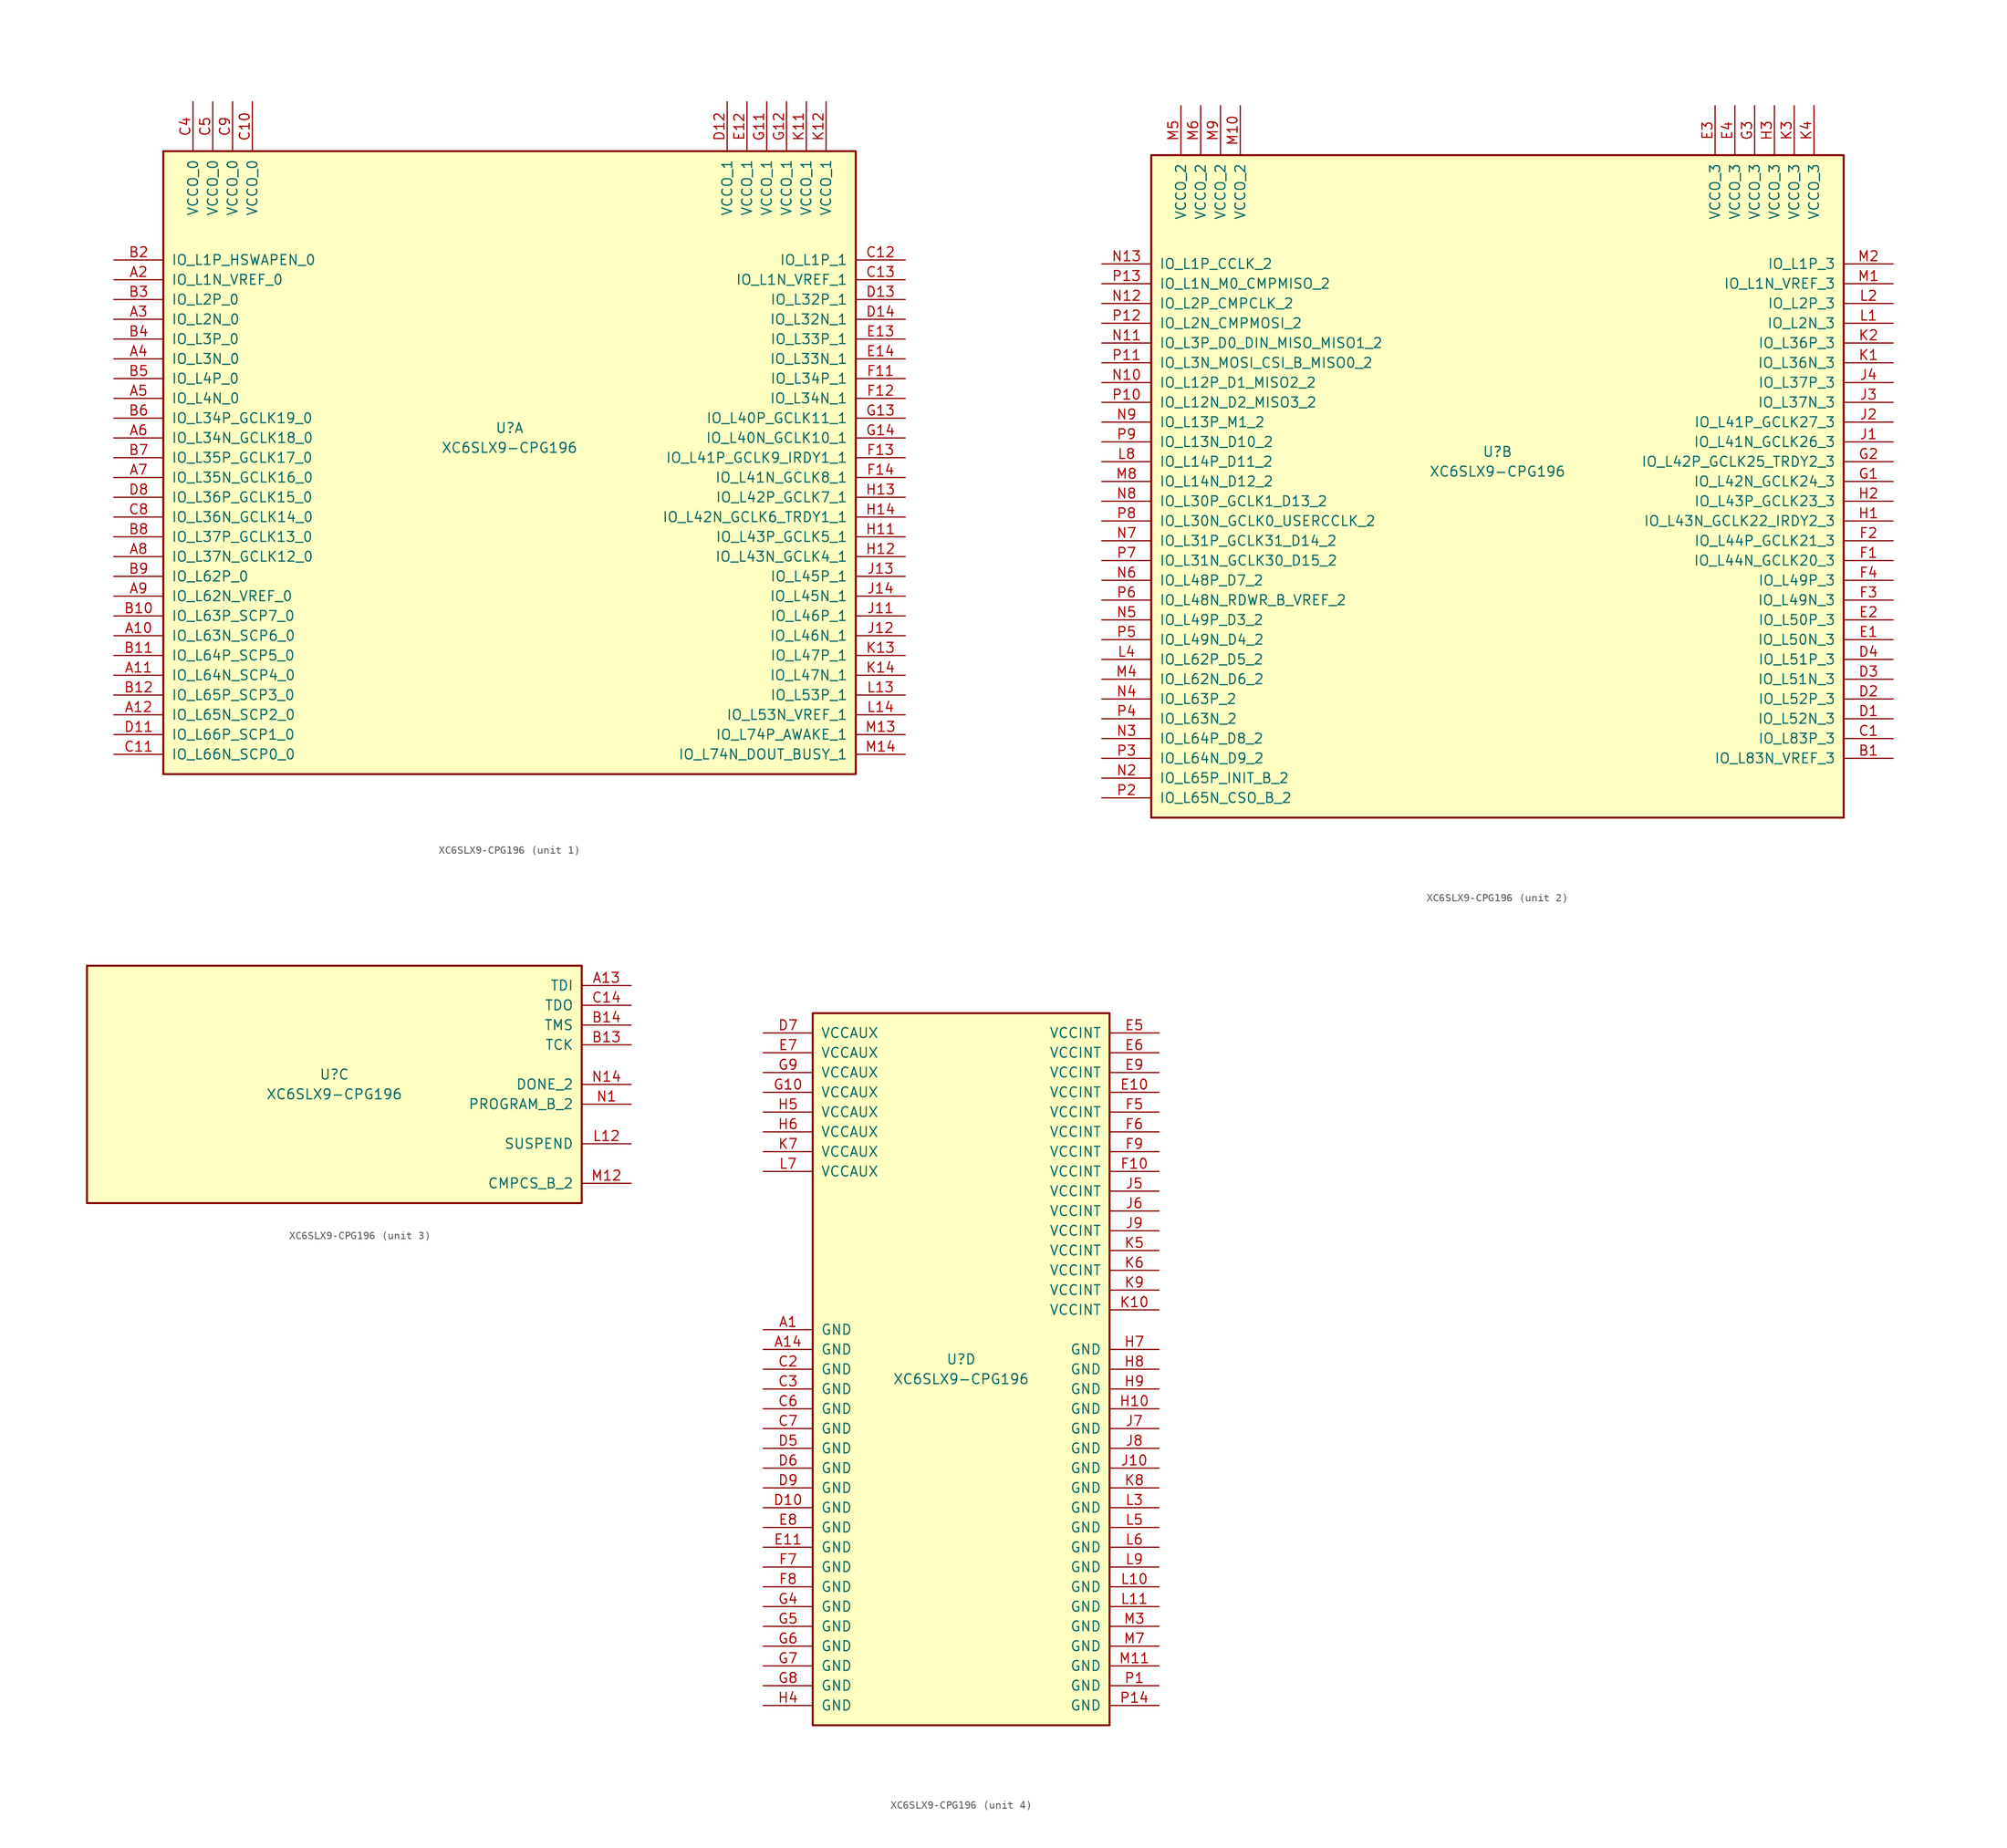
<source format=kicad_sym>
(kicad_symbol_lib
  (version 20201005)
  (generator kicad_symbol_editor)
  (symbol "XC6SLX9-CPG196"
    (pin_names
      (offset 1.016))
    (property "Reference" "U"
      (at 0 1.27 0)
      (effects (font (size 1.27 1.27))))
    (property "Value" "XC6SLX9-CPG196"
      (at 0 -1.27 0)
      (effects (font (size 1.27 1.27))))
    (property "Datasheet" ""
      (at 0 0 0)
      (effects (font (size 1.27 1.27))))
    (property "ki_locked" ""
      (at 0 0 0)
      (effects (font (size 1.27 1.27))))
    (symbol "XC6SLX9-CPG196_1_1"
      (rectangle (start -44.45 36.83) (end 44.45 -43.18) (stroke (width 0.254)) (fill (type background)))
      (pin power_in line (at -40.64 43.18 270) (length 6.35) (name "VCCO_0" (effects (font (size 1.27 1.27)))) (number "C4" (effects (font (size 1.27 1.27)))))
      (pin power_in line (at -38.1 43.18 270) (length 6.35) (name "VCCO_0" (effects (font (size 1.27 1.27)))) (number "C5" (effects (font (size 1.27 1.27)))))
      (pin power_in line (at -35.56 43.18 270) (length 6.35) (name "VCCO_0" (effects (font (size 1.27 1.27)))) (number "C9" (effects (font (size 1.27 1.27)))))
      (pin power_in line (at -33.02 43.18 270) (length 6.35) (name "VCCO_0" (effects (font (size 1.27 1.27)))) (number "C10" (effects (font (size 1.27 1.27)))))
      (pin bidirectional line (at -50.8 22.86 0) (length 6.35) (name "IO_L1P_HSWAPEN_0" (effects (font (size 1.27 1.27)))) (number "B2" (effects (font (size 1.27 1.27)))))
      (pin bidirectional line (at -50.8 20.32 0) (length 6.35) (name "IO_L1N_VREF_0" (effects (font (size 1.27 1.27)))) (number "A2" (effects (font (size 1.27 1.27)))))
      (pin bidirectional line (at -50.8 17.78 0) (length 6.35) (name "IO_L2P_0" (effects (font (size 1.27 1.27)))) (number "B3" (effects (font (size 1.27 1.27)))))
      (pin bidirectional line (at -50.8 15.24 0) (length 6.35) (name "IO_L2N_0" (effects (font (size 1.27 1.27)))) (number "A3" (effects (font (size 1.27 1.27)))))
      (pin bidirectional line (at -50.8 12.7 0) (length 6.35) (name "IO_L3P_0" (effects (font (size 1.27 1.27)))) (number "B4" (effects (font (size 1.27 1.27)))))
      (pin bidirectional line (at -50.8 10.16 0) (length 6.35) (name "IO_L3N_0" (effects (font (size 1.27 1.27)))) (number "A4" (effects (font (size 1.27 1.27)))))
      (pin bidirectional line (at -50.8 7.62 0) (length 6.35) (name "IO_L4P_0" (effects (font (size 1.27 1.27)))) (number "B5" (effects (font (size 1.27 1.27)))))
      (pin bidirectional line (at -50.8 5.08 0) (length 6.35) (name "IO_L4N_0" (effects (font (size 1.27 1.27)))) (number "A5" (effects (font (size 1.27 1.27)))))
      (pin bidirectional line (at -50.8 2.54 0) (length 6.35) (name "IO_L34P_GCLK19_0" (effects (font (size 1.27 1.27)))) (number "B6" (effects (font (size 1.27 1.27)))))
      (pin bidirectional line (at -50.8 0 0) (length 6.35) (name "IO_L34N_GCLK18_0" (effects (font (size 1.27 1.27)))) (number "A6" (effects (font (size 1.27 1.27)))))
      (pin bidirectional line (at -50.8 -2.54 0) (length 6.35) (name "IO_L35P_GCLK17_0" (effects (font (size 1.27 1.27)))) (number "B7" (effects (font (size 1.27 1.27)))))
      (pin bidirectional line (at -50.8 -5.08 0) (length 6.35) (name "IO_L35N_GCLK16_0" (effects (font (size 1.27 1.27)))) (number "A7" (effects (font (size 1.27 1.27)))))
      (pin bidirectional line (at -50.8 -7.62 0) (length 6.35) (name "IO_L36P_GCLK15_0" (effects (font (size 1.27 1.27)))) (number "D8" (effects (font (size 1.27 1.27)))))
      (pin bidirectional line (at -50.8 -10.16 0) (length 6.35) (name "IO_L36N_GCLK14_0" (effects (font (size 1.27 1.27)))) (number "C8" (effects (font (size 1.27 1.27)))))
      (pin bidirectional line (at -50.8 -12.7 0) (length 6.35) (name "IO_L37P_GCLK13_0" (effects (font (size 1.27 1.27)))) (number "B8" (effects (font (size 1.27 1.27)))))
      (pin bidirectional line (at -50.8 -15.24 0) (length 6.35) (name "IO_L37N_GCLK12_0" (effects (font (size 1.27 1.27)))) (number "A8" (effects (font (size 1.27 1.27)))))
      (pin bidirectional line (at -50.8 -17.78 0) (length 6.35) (name "IO_L62P_0" (effects (font (size 1.27 1.27)))) (number "B9" (effects (font (size 1.27 1.27)))))
      (pin bidirectional line (at -50.8 -20.32 0) (length 6.35) (name "IO_L62N_VREF_0" (effects (font (size 1.27 1.27)))) (number "A9" (effects (font (size 1.27 1.27)))))
      (pin bidirectional line (at -50.8 -22.86 0) (length 6.35) (name "IO_L63P_SCP7_0" (effects (font (size 1.27 1.27)))) (number "B10" (effects (font (size 1.27 1.27)))))
      (pin bidirectional line (at -50.8 -25.4 0) (length 6.35) (name "IO_L63N_SCP6_0" (effects (font (size 1.27 1.27)))) (number "A10" (effects (font (size 1.27 1.27)))))
      (pin bidirectional line (at -50.8 -27.94 0) (length 6.35) (name "IO_L64P_SCP5_0" (effects (font (size 1.27 1.27)))) (number "B11" (effects (font (size 1.27 1.27)))))
      (pin bidirectional line (at -50.8 -30.48 0) (length 6.35) (name "IO_L64N_SCP4_0" (effects (font (size 1.27 1.27)))) (number "A11" (effects (font (size 1.27 1.27)))))
      (pin bidirectional line (at -50.8 -33.02 0) (length 6.35) (name "IO_L65P_SCP3_0" (effects (font (size 1.27 1.27)))) (number "B12" (effects (font (size 1.27 1.27)))))
      (pin bidirectional line (at -50.8 -35.56 0) (length 6.35) (name "IO_L65N_SCP2_0" (effects (font (size 1.27 1.27)))) (number "A12" (effects (font (size 1.27 1.27)))))
      (pin bidirectional line (at -50.8 -38.1 0) (length 6.35) (name "IO_L66P_SCP1_0" (effects (font (size 1.27 1.27)))) (number "D11" (effects (font (size 1.27 1.27)))))
      (pin bidirectional line (at -50.8 -40.64 0) (length 6.35) (name "IO_L66N_SCP0_0" (effects (font (size 1.27 1.27)))) (number "C11" (effects (font (size 1.27 1.27)))))
      (pin power_in line (at 27.94 43.18 270) (length 6.35) (name "VCCO_1" (effects (font (size 1.27 1.27)))) (number "D12" (effects (font (size 1.27 1.27)))))
      (pin power_in line (at 30.48 43.18 270) (length 6.35) (name "VCCO_1" (effects (font (size 1.27 1.27)))) (number "E12" (effects (font (size 1.27 1.27)))))
      (pin power_in line (at 33.02 43.18 270) (length 6.35) (name "VCCO_1" (effects (font (size 1.27 1.27)))) (number "G11" (effects (font (size 1.27 1.27)))))
      (pin power_in line (at 35.56 43.18 270) (length 6.35) (name "VCCO_1" (effects (font (size 1.27 1.27)))) (number "G12" (effects (font (size 1.27 1.27)))))
      (pin power_in line (at 38.1 43.18 270) (length 6.35) (name "VCCO_1" (effects (font (size 1.27 1.27)))) (number "K11" (effects (font (size 1.27 1.27)))))
      (pin power_in line (at 40.64 43.18 270) (length 6.35) (name "VCCO_1" (effects (font (size 1.27 1.27)))) (number "K12" (effects (font (size 1.27 1.27)))))
      (pin bidirectional line (at 50.8 22.86 180) (length 6.35) (name "IO_L1P_1" (effects (font (size 1.27 1.27)))) (number "C12" (effects (font (size 1.27 1.27)))))
      (pin bidirectional line (at 50.8 20.32 180) (length 6.35) (name "IO_L1N_VREF_1" (effects (font (size 1.27 1.27)))) (number "C13" (effects (font (size 1.27 1.27)))))
      (pin bidirectional line (at 50.8 17.78 180) (length 6.35) (name "IO_L32P_1" (effects (font (size 1.27 1.27)))) (number "D13" (effects (font (size 1.27 1.27)))))
      (pin bidirectional line (at 50.8 15.24 180) (length 6.35) (name "IO_L32N_1" (effects (font (size 1.27 1.27)))) (number "D14" (effects (font (size 1.27 1.27)))))
      (pin bidirectional line (at 50.8 12.7 180) (length 6.35) (name "IO_L33P_1" (effects (font (size 1.27 1.27)))) (number "E13" (effects (font (size 1.27 1.27)))))
      (pin bidirectional line (at 50.8 10.16 180) (length 6.35) (name "IO_L33N_1" (effects (font (size 1.27 1.27)))) (number "E14" (effects (font (size 1.27 1.27)))))
      (pin bidirectional line (at 50.8 7.62 180) (length 6.35) (name "IO_L34P_1" (effects (font (size 1.27 1.27)))) (number "F11" (effects (font (size 1.27 1.27)))))
      (pin bidirectional line (at 50.8 5.08 180) (length 6.35) (name "IO_L34N_1" (effects (font (size 1.27 1.27)))) (number "F12" (effects (font (size 1.27 1.27)))))
      (pin bidirectional line (at 50.8 2.54 180) (length 6.35) (name "IO_L40P_GCLK11_1" (effects (font (size 1.27 1.27)))) (number "G13" (effects (font (size 1.27 1.27)))))
      (pin bidirectional line (at 50.8 0 180) (length 6.35) (name "IO_L40N_GCLK10_1" (effects (font (size 1.27 1.27)))) (number "G14" (effects (font (size 1.27 1.27)))))
      (pin bidirectional line (at 50.8 -2.54 180) (length 6.35) (name "IO_L41P_GCLK9_IRDY1_1" (effects (font (size 1.27 1.27)))) (number "F13" (effects (font (size 1.27 1.27)))))
      (pin bidirectional line (at 50.8 -5.08 180) (length 6.35) (name "IO_L41N_GCLK8_1" (effects (font (size 1.27 1.27)))) (number "F14" (effects (font (size 1.27 1.27)))))
      (pin bidirectional line (at 50.8 -7.62 180) (length 6.35) (name "IO_L42P_GCLK7_1" (effects (font (size 1.27 1.27)))) (number "H13" (effects (font (size 1.27 1.27)))))
      (pin bidirectional line (at 50.8 -10.16 180) (length 6.35) (name "IO_L42N_GCLK6_TRDY1_1" (effects (font (size 1.27 1.27)))) (number "H14" (effects (font (size 1.27 1.27)))))
      (pin bidirectional line (at 50.8 -12.7 180) (length 6.35) (name "IO_L43P_GCLK5_1" (effects (font (size 1.27 1.27)))) (number "H11" (effects (font (size 1.27 1.27)))))
      (pin bidirectional line (at 50.8 -15.24 180) (length 6.35) (name "IO_L43N_GCLK4_1" (effects (font (size 1.27 1.27)))) (number "H12" (effects (font (size 1.27 1.27)))))
      (pin bidirectional line (at 50.8 -17.78 180) (length 6.35) (name "IO_L45P_1" (effects (font (size 1.27 1.27)))) (number "J13" (effects (font (size 1.27 1.27)))))
      (pin bidirectional line (at 50.8 -20.32 180) (length 6.35) (name "IO_L45N_1" (effects (font (size 1.27 1.27)))) (number "J14" (effects (font (size 1.27 1.27)))))
      (pin bidirectional line (at 50.8 -22.86 180) (length 6.35) (name "IO_L46P_1" (effects (font (size 1.27 1.27)))) (number "J11" (effects (font (size 1.27 1.27)))))
      (pin bidirectional line (at 50.8 -25.4 180) (length 6.35) (name "IO_L46N_1" (effects (font (size 1.27 1.27)))) (number "J12" (effects (font (size 1.27 1.27)))))
      (pin bidirectional line (at 50.8 -27.94 180) (length 6.35) (name "IO_L47P_1" (effects (font (size 1.27 1.27)))) (number "K13" (effects (font (size 1.27 1.27)))))
      (pin bidirectional line (at 50.8 -30.48 180) (length 6.35) (name "IO_L47N_1" (effects (font (size 1.27 1.27)))) (number "K14" (effects (font (size 1.27 1.27)))))
      (pin bidirectional line (at 50.8 -33.02 180) (length 6.35) (name "IO_L53P_1" (effects (font (size 1.27 1.27)))) (number "L13" (effects (font (size 1.27 1.27)))))
      (pin bidirectional line (at 50.8 -35.56 180) (length 6.35) (name "IO_L53N_VREF_1" (effects (font (size 1.27 1.27)))) (number "L14" (effects (font (size 1.27 1.27)))))
      (pin bidirectional line (at 50.8 -38.1 180) (length 6.35) (name "IO_L74P_AWAKE_1" (effects (font (size 1.27 1.27)))) (number "M13" (effects (font (size 1.27 1.27)))))
      (pin bidirectional line (at 50.8 -40.64 180) (length 6.35) (name "IO_L74N_DOUT_BUSY_1" (effects (font (size 1.27 1.27)))) (number "M14" (effects (font (size 1.27 1.27))))))
    (symbol "XC6SLX9-CPG196_2_1"
      (rectangle (start -44.45 39.37) (end 44.45 -45.72) (stroke (width 0.254)) (fill (type background)))
      (pin power_in line (at -40.64 45.72 270) (length 6.35) (name "VCCO_2" (effects (font (size 1.27 1.27)))) (number "M5" (effects (font (size 1.27 1.27)))))
      (pin power_in line (at -38.1 45.72 270) (length 6.35) (name "VCCO_2" (effects (font (size 1.27 1.27)))) (number "M6" (effects (font (size 1.27 1.27)))))
      (pin power_in line (at -35.56 45.72 270) (length 6.35) (name "VCCO_2" (effects (font (size 1.27 1.27)))) (number "M9" (effects (font (size 1.27 1.27)))))
      (pin power_in line (at -33.02 45.72 270) (length 6.35) (name "VCCO_2" (effects (font (size 1.27 1.27)))) (number "M10" (effects (font (size 1.27 1.27)))))
      (pin bidirectional line (at -50.8 25.4 0) (length 6.35) (name "IO_L1P_CCLK_2" (effects (font (size 1.27 1.27)))) (number "N13" (effects (font (size 1.27 1.27)))))
      (pin bidirectional line (at -50.8 22.86 0) (length 6.35) (name "IO_L1N_M0_CMPMISO_2" (effects (font (size 1.27 1.27)))) (number "P13" (effects (font (size 1.27 1.27)))))
      (pin bidirectional line (at -50.8 20.32 0) (length 6.35) (name "IO_L2P_CMPCLK_2" (effects (font (size 1.27 1.27)))) (number "N12" (effects (font (size 1.27 1.27)))))
      (pin bidirectional line (at -50.8 17.78 0) (length 6.35) (name "IO_L2N_CMPMOSI_2" (effects (font (size 1.27 1.27)))) (number "P12" (effects (font (size 1.27 1.27)))))
      (pin bidirectional line (at -50.8 15.24 0) (length 6.35) (name "IO_L3P_D0_DIN_MISO_MISO1_2" (effects (font (size 1.27 1.27)))) (number "N11" (effects (font (size 1.27 1.27)))))
      (pin bidirectional line (at -50.8 12.7 0) (length 6.35) (name "IO_L3N_MOSI_CSI_B_MISO0_2" (effects (font (size 1.27 1.27)))) (number "P11" (effects (font (size 1.27 1.27)))))
      (pin bidirectional line (at -50.8 10.16 0) (length 6.35) (name "IO_L12P_D1_MISO2_2" (effects (font (size 1.27 1.27)))) (number "N10" (effects (font (size 1.27 1.27)))))
      (pin bidirectional line (at -50.8 7.62 0) (length 6.35) (name "IO_L12N_D2_MISO3_2" (effects (font (size 1.27 1.27)))) (number "P10" (effects (font (size 1.27 1.27)))))
      (pin bidirectional line (at -50.8 5.08 0) (length 6.35) (name "IO_L13P_M1_2" (effects (font (size 1.27 1.27)))) (number "N9" (effects (font (size 1.27 1.27)))))
      (pin bidirectional line (at -50.8 2.54 0) (length 6.35) (name "IO_L13N_D10_2" (effects (font (size 1.27 1.27)))) (number "P9" (effects (font (size 1.27 1.27)))))
      (pin bidirectional line (at -50.8 0 0) (length 6.35) (name "IO_L14P_D11_2" (effects (font (size 1.27 1.27)))) (number "L8" (effects (font (size 1.27 1.27)))))
      (pin bidirectional line (at -50.8 -2.54 0) (length 6.35) (name "IO_L14N_D12_2" (effects (font (size 1.27 1.27)))) (number "M8" (effects (font (size 1.27 1.27)))))
      (pin bidirectional line (at -50.8 -5.08 0) (length 6.35) (name "IO_L30P_GCLK1_D13_2" (effects (font (size 1.27 1.27)))) (number "N8" (effects (font (size 1.27 1.27)))))
      (pin bidirectional line (at -50.8 -7.62 0) (length 6.35) (name "IO_L30N_GCLK0_USERCCLK_2" (effects (font (size 1.27 1.27)))) (number "P8" (effects (font (size 1.27 1.27)))))
      (pin bidirectional line (at -50.8 -10.16 0) (length 6.35) (name "IO_L31P_GCLK31_D14_2" (effects (font (size 1.27 1.27)))) (number "N7" (effects (font (size 1.27 1.27)))))
      (pin bidirectional line (at -50.8 -12.7 0) (length 6.35) (name "IO_L31N_GCLK30_D15_2" (effects (font (size 1.27 1.27)))) (number "P7" (effects (font (size 1.27 1.27)))))
      (pin bidirectional line (at -50.8 -15.24 0) (length 6.35) (name "IO_L48P_D7_2" (effects (font (size 1.27 1.27)))) (number "N6" (effects (font (size 1.27 1.27)))))
      (pin bidirectional line (at -50.8 -17.78 0) (length 6.35) (name "IO_L48N_RDWR_B_VREF_2" (effects (font (size 1.27 1.27)))) (number "P6" (effects (font (size 1.27 1.27)))))
      (pin bidirectional line (at -50.8 -20.32 0) (length 6.35) (name "IO_L49P_D3_2" (effects (font (size 1.27 1.27)))) (number "N5" (effects (font (size 1.27 1.27)))))
      (pin bidirectional line (at -50.8 -22.86 0) (length 6.35) (name "IO_L49N_D4_2" (effects (font (size 1.27 1.27)))) (number "P5" (effects (font (size 1.27 1.27)))))
      (pin bidirectional line (at -50.8 -25.4 0) (length 6.35) (name "IO_L62P_D5_2" (effects (font (size 1.27 1.27)))) (number "L4" (effects (font (size 1.27 1.27)))))
      (pin bidirectional line (at -50.8 -27.94 0) (length 6.35) (name "IO_L62N_D6_2" (effects (font (size 1.27 1.27)))) (number "M4" (effects (font (size 1.27 1.27)))))
      (pin bidirectional line (at -50.8 -30.48 0) (length 6.35) (name "IO_L63P_2" (effects (font (size 1.27 1.27)))) (number "N4" (effects (font (size 1.27 1.27)))))
      (pin bidirectional line (at -50.8 -33.02 0) (length 6.35) (name "IO_L63N_2" (effects (font (size 1.27 1.27)))) (number "P4" (effects (font (size 1.27 1.27)))))
      (pin bidirectional line (at -50.8 -35.56 0) (length 6.35) (name "IO_L64P_D8_2" (effects (font (size 1.27 1.27)))) (number "N3" (effects (font (size 1.27 1.27)))))
      (pin bidirectional line (at -50.8 -38.1 0) (length 6.35) (name "IO_L64N_D9_2" (effects (font (size 1.27 1.27)))) (number "P3" (effects (font (size 1.27 1.27)))))
      (pin bidirectional line (at -50.8 -40.64 0) (length 6.35) (name "IO_L65P_INIT_B_2" (effects (font (size 1.27 1.27)))) (number "N2" (effects (font (size 1.27 1.27)))))
      (pin bidirectional line (at -50.8 -43.18 0) (length 6.35) (name "IO_L65N_CSO_B_2" (effects (font (size 1.27 1.27)))) (number "P2" (effects (font (size 1.27 1.27)))))
      (pin power_in line (at 27.94 45.72 270) (length 6.35) (name "VCCO_3" (effects (font (size 1.27 1.27)))) (number "E3" (effects (font (size 1.27 1.27)))))
      (pin power_in line (at 30.48 45.72 270) (length 6.35) (name "VCCO_3" (effects (font (size 1.27 1.27)))) (number "E4" (effects (font (size 1.27 1.27)))))
      (pin power_in line (at 33.02 45.72 270) (length 6.35) (name "VCCO_3" (effects (font (size 1.27 1.27)))) (number "G3" (effects (font (size 1.27 1.27)))))
      (pin power_in line (at 35.56 45.72 270) (length 6.35) (name "VCCO_3" (effects (font (size 1.27 1.27)))) (number "H3" (effects (font (size 1.27 1.27)))))
      (pin power_in line (at 38.1 45.72 270) (length 6.35) (name "VCCO_3" (effects (font (size 1.27 1.27)))) (number "K3" (effects (font (size 1.27 1.27)))))
      (pin power_in line (at 40.64 45.72 270) (length 6.35) (name "VCCO_3" (effects (font (size 1.27 1.27)))) (number "K4" (effects (font (size 1.27 1.27)))))
      (pin bidirectional line (at 50.8 25.4 180) (length 6.35) (name "IO_L1P_3" (effects (font (size 1.27 1.27)))) (number "M2" (effects (font (size 1.27 1.27)))))
      (pin bidirectional line (at 50.8 22.86 180) (length 6.35) (name "IO_L1N_VREF_3" (effects (font (size 1.27 1.27)))) (number "M1" (effects (font (size 1.27 1.27)))))
      (pin bidirectional line (at 50.8 20.32 180) (length 6.35) (name "IO_L2P_3" (effects (font (size 1.27 1.27)))) (number "L2" (effects (font (size 1.27 1.27)))))
      (pin bidirectional line (at 50.8 17.78 180) (length 6.35) (name "IO_L2N_3" (effects (font (size 1.27 1.27)))) (number "L1" (effects (font (size 1.27 1.27)))))
      (pin bidirectional line (at 50.8 15.24 180) (length 6.35) (name "IO_L36P_3" (effects (font (size 1.27 1.27)))) (number "K2" (effects (font (size 1.27 1.27)))))
      (pin bidirectional line (at 50.8 12.7 180) (length 6.35) (name "IO_L36N_3" (effects (font (size 1.27 1.27)))) (number "K1" (effects (font (size 1.27 1.27)))))
      (pin bidirectional line (at 50.8 10.16 180) (length 6.35) (name "IO_L37P_3" (effects (font (size 1.27 1.27)))) (number "J4" (effects (font (size 1.27 1.27)))))
      (pin bidirectional line (at 50.8 7.62 180) (length 6.35) (name "IO_L37N_3" (effects (font (size 1.27 1.27)))) (number "J3" (effects (font (size 1.27 1.27)))))
      (pin bidirectional line (at 50.8 5.08 180) (length 6.35) (name "IO_L41P_GCLK27_3" (effects (font (size 1.27 1.27)))) (number "J2" (effects (font (size 1.27 1.27)))))
      (pin bidirectional line (at 50.8 2.54 180) (length 6.35) (name "IO_L41N_GCLK26_3" (effects (font (size 1.27 1.27)))) (number "J1" (effects (font (size 1.27 1.27)))))
      (pin bidirectional line (at 50.8 0 180) (length 6.35) (name "IO_L42P_GCLK25_TRDY2_3" (effects (font (size 1.27 1.27)))) (number "G2" (effects (font (size 1.27 1.27)))))
      (pin bidirectional line (at 50.8 -2.54 180) (length 6.35) (name "IO_L42N_GCLK24_3" (effects (font (size 1.27 1.27)))) (number "G1" (effects (font (size 1.27 1.27)))))
      (pin bidirectional line (at 50.8 -5.08 180) (length 6.35) (name "IO_L43P_GCLK23_3" (effects (font (size 1.27 1.27)))) (number "H2" (effects (font (size 1.27 1.27)))))
      (pin bidirectional line (at 50.8 -7.62 180) (length 6.35) (name "IO_L43N_GCLK22_IRDY2_3" (effects (font (size 1.27 1.27)))) (number "H1" (effects (font (size 1.27 1.27)))))
      (pin bidirectional line (at 50.8 -10.16 180) (length 6.35) (name "IO_L44P_GCLK21_3" (effects (font (size 1.27 1.27)))) (number "F2" (effects (font (size 1.27 1.27)))))
      (pin bidirectional line (at 50.8 -12.7 180) (length 6.35) (name "IO_L44N_GCLK20_3" (effects (font (size 1.27 1.27)))) (number "F1" (effects (font (size 1.27 1.27)))))
      (pin bidirectional line (at 50.8 -15.24 180) (length 6.35) (name "IO_L49P_3" (effects (font (size 1.27 1.27)))) (number "F4" (effects (font (size 1.27 1.27)))))
      (pin bidirectional line (at 50.8 -17.78 180) (length 6.35) (name "IO_L49N_3" (effects (font (size 1.27 1.27)))) (number "F3" (effects (font (size 1.27 1.27)))))
      (pin bidirectional line (at 50.8 -20.32 180) (length 6.35) (name "IO_L50P_3" (effects (font (size 1.27 1.27)))) (number "E2" (effects (font (size 1.27 1.27)))))
      (pin bidirectional line (at 50.8 -22.86 180) (length 6.35) (name "IO_L50N_3" (effects (font (size 1.27 1.27)))) (number "E1" (effects (font (size 1.27 1.27)))))
      (pin bidirectional line (at 50.8 -25.4 180) (length 6.35) (name "IO_L51P_3" (effects (font (size 1.27 1.27)))) (number "D4" (effects (font (size 1.27 1.27)))))
      (pin bidirectional line (at 50.8 -27.94 180) (length 6.35) (name "IO_L51N_3" (effects (font (size 1.27 1.27)))) (number "D3" (effects (font (size 1.27 1.27)))))
      (pin bidirectional line (at 50.8 -30.48 180) (length 6.35) (name "IO_L52P_3" (effects (font (size 1.27 1.27)))) (number "D2" (effects (font (size 1.27 1.27)))))
      (pin bidirectional line (at 50.8 -33.02 180) (length 6.35) (name "IO_L52N_3" (effects (font (size 1.27 1.27)))) (number "D1" (effects (font (size 1.27 1.27)))))
      (pin bidirectional line (at 50.8 -35.56 180) (length 6.35) (name "IO_L83P_3" (effects (font (size 1.27 1.27)))) (number "C1" (effects (font (size 1.27 1.27)))))
      (pin bidirectional line (at 50.8 -38.1 180) (length 6.35) (name "IO_L83N_VREF_3" (effects (font (size 1.27 1.27)))) (number "B1" (effects (font (size 1.27 1.27))))))
    (symbol "XC6SLX9-CPG196_3_1"
      (rectangle (start -31.75 15.24) (end 31.75 -15.24) (stroke (width 0.254)) (fill (type background)))
      (pin bidirectional line (at 38.1 12.7 180) (length 6.35) (name "TDI" (effects (font (size 1.27 1.27)))) (number "A13" (effects (font (size 1.27 1.27)))))
      (pin bidirectional line (at 38.1 10.16 180) (length 6.35) (name "TDO" (effects (font (size 1.27 1.27)))) (number "C14" (effects (font (size 1.27 1.27)))))
      (pin bidirectional line (at 38.1 7.62 180) (length 6.35) (name "TMS" (effects (font (size 1.27 1.27)))) (number "B14" (effects (font (size 1.27 1.27)))))
      (pin bidirectional line (at 38.1 5.08 180) (length 6.35) (name "TCK" (effects (font (size 1.27 1.27)))) (number "B13" (effects (font (size 1.27 1.27)))))
      (pin bidirectional line (at 38.1 0 180) (length 6.35) (name "DONE_2" (effects (font (size 1.27 1.27)))) (number "N14" (effects (font (size 1.27 1.27)))))
      (pin bidirectional line (at 38.1 -2.54 180) (length 6.35) (name "PROGRAM_B_2" (effects (font (size 1.27 1.27)))) (number "N1" (effects (font (size 1.27 1.27)))))
      (pin bidirectional line (at 38.1 -7.62 180) (length 6.35) (name "SUSPEND" (effects (font (size 1.27 1.27)))) (number "L12" (effects (font (size 1.27 1.27)))))
      (pin bidirectional line (at 38.1 -12.7 180) (length 6.35) (name "CMPCS_B_2" (effects (font (size 1.27 1.27)))) (number "M12" (effects (font (size 1.27 1.27))))))
    (symbol "XC6SLX9-CPG196_4_1"
      (rectangle (start -19.05 45.72) (end 19.05 -45.72) (stroke (width 0.254)) (fill (type background)))
      (pin power_in line (at -25.4 43.18 0) (length 6.35) (name "VCCAUX" (effects (font (size 1.27 1.27)))) (number "D7" (effects (font (size 1.27 1.27)))))
      (pin power_in line (at -25.4 40.64 0) (length 6.35) (name "VCCAUX" (effects (font (size 1.27 1.27)))) (number "E7" (effects (font (size 1.27 1.27)))))
      (pin power_in line (at -25.4 38.1 0) (length 6.35) (name "VCCAUX" (effects (font (size 1.27 1.27)))) (number "G9" (effects (font (size 1.27 1.27)))))
      (pin power_in line (at -25.4 35.56 0) (length 6.35) (name "VCCAUX" (effects (font (size 1.27 1.27)))) (number "G10" (effects (font (size 1.27 1.27)))))
      (pin power_in line (at -25.4 33.02 0) (length 6.35) (name "VCCAUX" (effects (font (size 1.27 1.27)))) (number "H5" (effects (font (size 1.27 1.27)))))
      (pin power_in line (at -25.4 30.48 0) (length 6.35) (name "VCCAUX" (effects (font (size 1.27 1.27)))) (number "H6" (effects (font (size 1.27 1.27)))))
      (pin power_in line (at -25.4 27.94 0) (length 6.35) (name "VCCAUX" (effects (font (size 1.27 1.27)))) (number "K7" (effects (font (size 1.27 1.27)))))
      (pin power_in line (at -25.4 25.4 0) (length 6.35) (name "VCCAUX" (effects (font (size 1.27 1.27)))) (number "L7" (effects (font (size 1.27 1.27)))))
      (pin power_in line (at -25.4 5.08 0) (length 6.35) (name "GND" (effects (font (size 1.27 1.27)))) (number "A1" (effects (font (size 1.27 1.27)))))
      (pin power_in line (at -25.4 2.54 0) (length 6.35) (name "GND" (effects (font (size 1.27 1.27)))) (number "A14" (effects (font (size 1.27 1.27)))))
      (pin power_in line (at -25.4 0 0) (length 6.35) (name "GND" (effects (font (size 1.27 1.27)))) (number "C2" (effects (font (size 1.27 1.27)))))
      (pin power_in line (at -25.4 -2.54 0) (length 6.35) (name "GND" (effects (font (size 1.27 1.27)))) (number "C3" (effects (font (size 1.27 1.27)))))
      (pin power_in line (at -25.4 -5.08 0) (length 6.35) (name "GND" (effects (font (size 1.27 1.27)))) (number "C6" (effects (font (size 1.27 1.27)))))
      (pin power_in line (at -25.4 -7.62 0) (length 6.35) (name "GND" (effects (font (size 1.27 1.27)))) (number "C7" (effects (font (size 1.27 1.27)))))
      (pin power_in line (at -25.4 -10.16 0) (length 6.35) (name "GND" (effects (font (size 1.27 1.27)))) (number "D5" (effects (font (size 1.27 1.27)))))
      (pin power_in line (at -25.4 -12.7 0) (length 6.35) (name "GND" (effects (font (size 1.27 1.27)))) (number "D6" (effects (font (size 1.27 1.27)))))
      (pin power_in line (at -25.4 -15.24 0) (length 6.35) (name "GND" (effects (font (size 1.27 1.27)))) (number "D9" (effects (font (size 1.27 1.27)))))
      (pin power_in line (at -25.4 -17.78 0) (length 6.35) (name "GND" (effects (font (size 1.27 1.27)))) (number "D10" (effects (font (size 1.27 1.27)))))
      (pin power_in line (at -25.4 -20.32 0) (length 6.35) (name "GND" (effects (font (size 1.27 1.27)))) (number "E8" (effects (font (size 1.27 1.27)))))
      (pin power_in line (at -25.4 -22.86 0) (length 6.35) (name "GND" (effects (font (size 1.27 1.27)))) (number "E11" (effects (font (size 1.27 1.27)))))
      (pin power_in line (at -25.4 -25.4 0) (length 6.35) (name "GND" (effects (font (size 1.27 1.27)))) (number "F7" (effects (font (size 1.27 1.27)))))
      (pin power_in line (at -25.4 -27.94 0) (length 6.35) (name "GND" (effects (font (size 1.27 1.27)))) (number "F8" (effects (font (size 1.27 1.27)))))
      (pin power_in line (at -25.4 -30.48 0) (length 6.35) (name "GND" (effects (font (size 1.27 1.27)))) (number "G4" (effects (font (size 1.27 1.27)))))
      (pin power_in line (at -25.4 -33.02 0) (length 6.35) (name "GND" (effects (font (size 1.27 1.27)))) (number "G5" (effects (font (size 1.27 1.27)))))
      (pin power_in line (at -25.4 -35.56 0) (length 6.35) (name "GND" (effects (font (size 1.27 1.27)))) (number "G6" (effects (font (size 1.27 1.27)))))
      (pin power_in line (at -25.4 -38.1 0) (length 6.35) (name "GND" (effects (font (size 1.27 1.27)))) (number "G7" (effects (font (size 1.27 1.27)))))
      (pin power_in line (at -25.4 -40.64 0) (length 6.35) (name "GND" (effects (font (size 1.27 1.27)))) (number "G8" (effects (font (size 1.27 1.27)))))
      (pin power_in line (at -25.4 -43.18 0) (length 6.35) (name "GND" (effects (font (size 1.27 1.27)))) (number "H4" (effects (font (size 1.27 1.27)))))
      (pin power_in line (at 25.4 43.18 180) (length 6.35) (name "VCCINT" (effects (font (size 1.27 1.27)))) (number "E5" (effects (font (size 1.27 1.27)))))
      (pin power_in line (at 25.4 40.64 180) (length 6.35) (name "VCCINT" (effects (font (size 1.27 1.27)))) (number "E6" (effects (font (size 1.27 1.27)))))
      (pin power_in line (at 25.4 38.1 180) (length 6.35) (name "VCCINT" (effects (font (size 1.27 1.27)))) (number "E9" (effects (font (size 1.27 1.27)))))
      (pin power_in line (at 25.4 35.56 180) (length 6.35) (name "VCCINT" (effects (font (size 1.27 1.27)))) (number "E10" (effects (font (size 1.27 1.27)))))
      (pin power_in line (at 25.4 33.02 180) (length 6.35) (name "VCCINT" (effects (font (size 1.27 1.27)))) (number "F5" (effects (font (size 1.27 1.27)))))
      (pin power_in line (at 25.4 30.48 180) (length 6.35) (name "VCCINT" (effects (font (size 1.27 1.27)))) (number "F6" (effects (font (size 1.27 1.27)))))
      (pin power_in line (at 25.4 27.94 180) (length 6.35) (name "VCCINT" (effects (font (size 1.27 1.27)))) (number "F9" (effects (font (size 1.27 1.27)))))
      (pin power_in line (at 25.4 25.4 180) (length 6.35) (name "VCCINT" (effects (font (size 1.27 1.27)))) (number "F10" (effects (font (size 1.27 1.27)))))
      (pin power_in line (at 25.4 22.86 180) (length 6.35) (name "VCCINT" (effects (font (size 1.27 1.27)))) (number "J5" (effects (font (size 1.27 1.27)))))
      (pin power_in line (at 25.4 20.32 180) (length 6.35) (name "VCCINT" (effects (font (size 1.27 1.27)))) (number "J6" (effects (font (size 1.27 1.27)))))
      (pin power_in line (at 25.4 17.78 180) (length 6.35) (name "VCCINT" (effects (font (size 1.27 1.27)))) (number "J9" (effects (font (size 1.27 1.27)))))
      (pin power_in line (at 25.4 15.24 180) (length 6.35) (name "VCCINT" (effects (font (size 1.27 1.27)))) (number "K5" (effects (font (size 1.27 1.27)))))
      (pin power_in line (at 25.4 12.7 180) (length 6.35) (name "VCCINT" (effects (font (size 1.27 1.27)))) (number "K6" (effects (font (size 1.27 1.27)))))
      (pin power_in line (at 25.4 10.16 180) (length 6.35) (name "VCCINT" (effects (font (size 1.27 1.27)))) (number "K9" (effects (font (size 1.27 1.27)))))
      (pin power_in line (at 25.4 7.62 180) (length 6.35) (name "VCCINT" (effects (font (size 1.27 1.27)))) (number "K10" (effects (font (size 1.27 1.27)))))
      (pin power_in line (at 25.4 2.54 180) (length 6.35) (name "GND" (effects (font (size 1.27 1.27)))) (number "H7" (effects (font (size 1.27 1.27)))))
      (pin power_in line (at 25.4 0 180) (length 6.35) (name "GND" (effects (font (size 1.27 1.27)))) (number "H8" (effects (font (size 1.27 1.27)))))
      (pin power_in line (at 25.4 -2.54 180) (length 6.35) (name "GND" (effects (font (size 1.27 1.27)))) (number "H9" (effects (font (size 1.27 1.27)))))
      (pin power_in line (at 25.4 -5.08 180) (length 6.35) (name "GND" (effects (font (size 1.27 1.27)))) (number "H10" (effects (font (size 1.27 1.27)))))
      (pin power_in line (at 25.4 -7.62 180) (length 6.35) (name "GND" (effects (font (size 1.27 1.27)))) (number "J7" (effects (font (size 1.27 1.27)))))
      (pin power_in line (at 25.4 -10.16 180) (length 6.35) (name "GND" (effects (font (size 1.27 1.27)))) (number "J8" (effects (font (size 1.27 1.27)))))
      (pin power_in line (at 25.4 -12.7 180) (length 6.35) (name "GND" (effects (font (size 1.27 1.27)))) (number "J10" (effects (font (size 1.27 1.27)))))
      (pin power_in line (at 25.4 -15.24 180) (length 6.35) (name "GND" (effects (font (size 1.27 1.27)))) (number "K8" (effects (font (size 1.27 1.27)))))
      (pin power_in line (at 25.4 -17.78 180) (length 6.35) (name "GND" (effects (font (size 1.27 1.27)))) (number "L3" (effects (font (size 1.27 1.27)))))
      (pin power_in line (at 25.4 -20.32 180) (length 6.35) (name "GND" (effects (font (size 1.27 1.27)))) (number "L5" (effects (font (size 1.27 1.27)))))
      (pin power_in line (at 25.4 -22.86 180) (length 6.35) (name "GND" (effects (font (size 1.27 1.27)))) (number "L6" (effects (font (size 1.27 1.27)))))
      (pin power_in line (at 25.4 -25.4 180) (length 6.35) (name "GND" (effects (font (size 1.27 1.27)))) (number "L9" (effects (font (size 1.27 1.27)))))
      (pin power_in line (at 25.4 -27.94 180) (length 6.35) (name "GND" (effects (font (size 1.27 1.27)))) (number "L10" (effects (font (size 1.27 1.27)))))
      (pin power_in line (at 25.4 -30.48 180) (length 6.35) (name "GND" (effects (font (size 1.27 1.27)))) (number "L11" (effects (font (size 1.27 1.27)))))
      (pin power_in line (at 25.4 -33.02 180) (length 6.35) (name "GND" (effects (font (size 1.27 1.27)))) (number "M3" (effects (font (size 1.27 1.27)))))
      (pin power_in line (at 25.4 -35.56 180) (length 6.35) (name "GND" (effects (font (size 1.27 1.27)))) (number "M7" (effects (font (size 1.27 1.27)))))
      (pin power_in line (at 25.4 -38.1 180) (length 6.35) (name "GND" (effects (font (size 1.27 1.27)))) (number "M11" (effects (font (size 1.27 1.27)))))
      (pin power_in line (at 25.4 -40.64 180) (length 6.35) (name "GND" (effects (font (size 1.27 1.27)))) (number "P1" (effects (font (size 1.27 1.27)))))
      (pin power_in line (at 25.4 -43.18 180) (length 6.35) (name "GND" (effects (font (size 1.27 1.27)))) (number "P14" (effects (font (size 1.27 1.27))))))))
</source>
